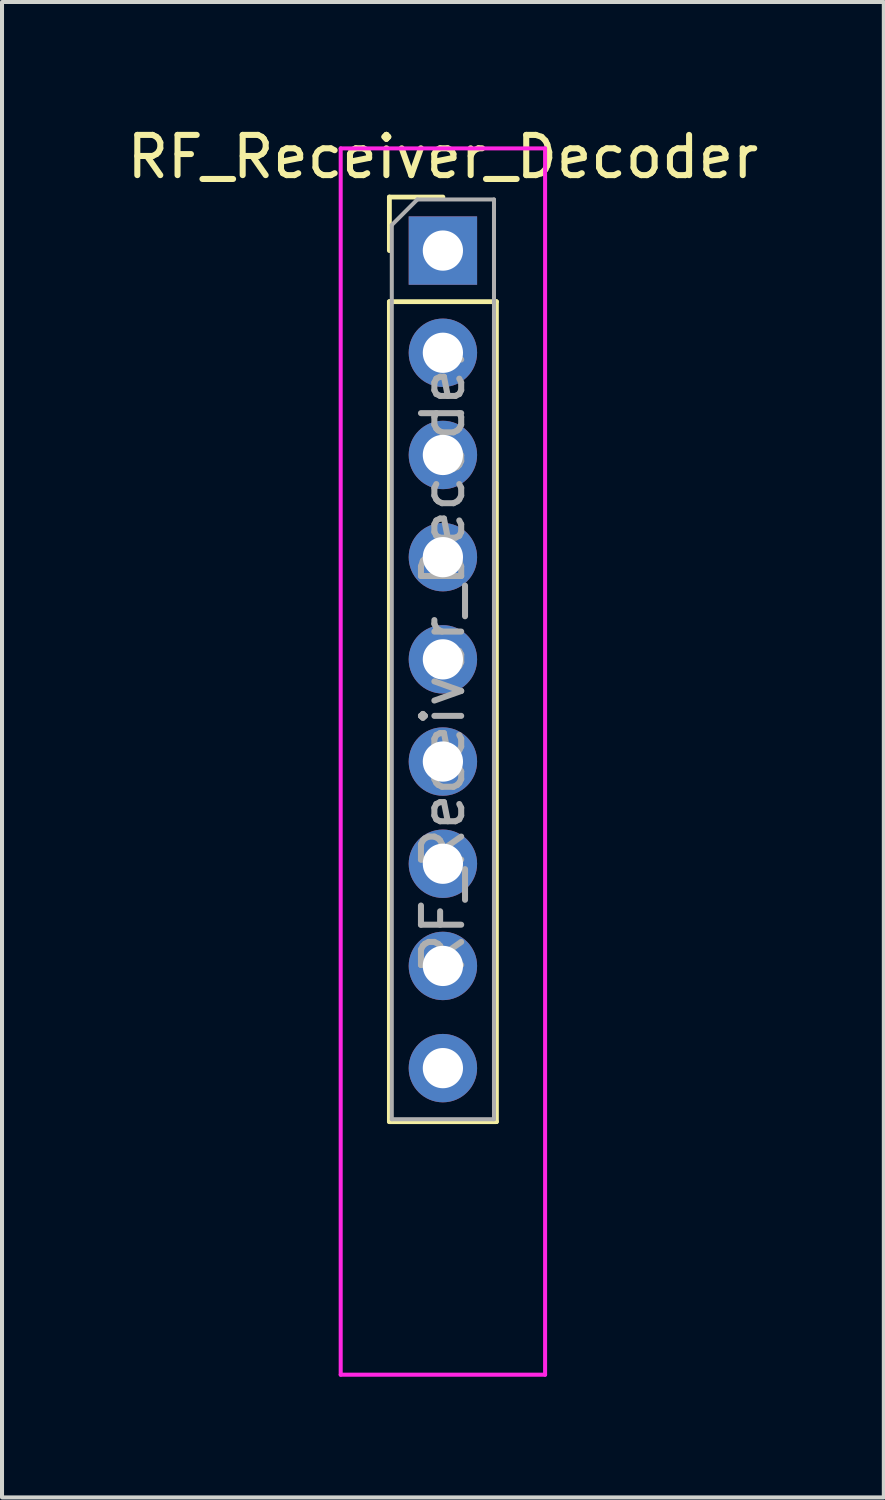
<source format=kicad_pcb>
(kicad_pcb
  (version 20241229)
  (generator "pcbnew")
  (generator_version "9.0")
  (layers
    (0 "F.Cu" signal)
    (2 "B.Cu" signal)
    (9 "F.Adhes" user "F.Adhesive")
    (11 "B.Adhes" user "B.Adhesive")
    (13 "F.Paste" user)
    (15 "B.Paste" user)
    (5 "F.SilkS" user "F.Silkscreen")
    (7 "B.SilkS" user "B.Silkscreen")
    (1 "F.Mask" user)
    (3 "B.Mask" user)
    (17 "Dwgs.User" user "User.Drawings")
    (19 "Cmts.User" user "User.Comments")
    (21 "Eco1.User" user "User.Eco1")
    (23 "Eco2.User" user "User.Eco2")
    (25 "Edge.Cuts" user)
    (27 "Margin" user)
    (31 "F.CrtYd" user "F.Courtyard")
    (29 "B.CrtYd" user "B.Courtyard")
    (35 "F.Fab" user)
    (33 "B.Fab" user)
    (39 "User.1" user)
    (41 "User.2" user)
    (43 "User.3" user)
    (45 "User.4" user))
  (footprint "RF_Receiver_Decoder"
    (layer "F.Cu")
    (at 7.958 3.178)
    (property "Reference" "RF_Receiver_Decoder" (at 0 -2.33 0) (layer "F.SilkS") (effects (font (size 1 1) (thickness 0.15))))
    (attr through_hole)
    (fp_line (start -1.33 -1.33) (end 0 -1.33) (stroke (width 0.12) (type solid)) (layer "F.SilkS"))
    (fp_line (start -1.33 0) (end -1.33 -1.33) (stroke (width 0.12) (type solid)) (layer "F.SilkS"))
    (fp_line (start -1.33 1.27) (end -1.33 21.65) (stroke (width 0.12) (type solid)) (layer "F.SilkS"))
    (fp_line (start -1.33 1.27) (end 1.33 1.27) (stroke (width 0.12) (type solid)) (layer "F.SilkS"))
    (fp_line (start -1.33 21.65) (end 1.33 21.65) (stroke (width 0.12) (type solid)) (layer "F.SilkS"))
    (fp_line (start 1.33 1.27) (end 1.33 21.65) (stroke (width 0.12) (type solid)) (layer "F.SilkS"))
    (fp_line (start -2.54 -2.54) (end 2.54 -2.54) (stroke (width 0.1) (type solid)) (layer "F.CrtYd"))
    (fp_line (start -2.54 27.94) (end -2.54 -2.54) (stroke (width 0.1) (type solid)) (layer "F.CrtYd"))
    (fp_line (start 2.54 -2.54) (end 2.54 27.94) (stroke (width 0.1) (type solid)) (layer "F.CrtYd"))
    (fp_line (start 2.54 27.94) (end -2.54 27.94) (stroke (width 0.1) (type solid)) (layer "F.CrtYd"))
    (fp_line (start -1.27 -0.635) (end -0.635 -1.27) (stroke (width 0.1) (type solid)) (layer "F.Fab"))
    (fp_line (start -1.27 21.59) (end -1.27 -0.635) (stroke (width 0.1) (type solid)) (layer "F.Fab"))
    (fp_line (start -0.635 -1.27) (end 1.27 -1.27) (stroke (width 0.1) (type solid)) (layer "F.Fab"))
    (fp_line (start 1.27 -1.27) (end 1.27 21.59) (stroke (width 0.1) (type solid)) (layer "F.Fab"))
    (fp_line (start 1.27 21.59) (end -1.27 21.59) (stroke (width 0.1) (type solid)) (layer "F.Fab"))
    (fp_text user "${REFERENCE}" (at 0 10.16 90) (layer "F.Fab") (effects (font (size 1 1) (thickness 0.15))))
    (pad "1" thru_hole rect (at 0 0) (size 1.7 1.7) (drill 1) (layers "*.Cu" "*.Mask"))
    (pad "2" thru_hole oval (at 0 2.54) (size 1.7 1.7) (drill 1) (layers "*.Cu" "*.Mask"))
    (pad "3" thru_hole oval (at 0 5.08) (size 1.7 1.7) (drill 1) (layers "*.Cu" "*.Mask"))
    (pad "4" thru_hole oval (at 0 7.62) (size 1.7 1.7) (drill 1) (layers "*.Cu" "*.Mask"))
    (pad "5" thru_hole oval (at 0 10.16) (size 1.7 1.7) (drill 1) (layers "*.Cu" "*.Mask"))
    (pad "6" thru_hole oval (at 0 12.7) (size 1.7 1.7) (drill 1) (layers "*.Cu" "*.Mask"))
    (pad "7" thru_hole oval (at 0 15.24) (size 1.7 1.7) (drill 1) (layers "*.Cu" "*.Mask"))
    (pad "8" thru_hole oval (at 0 17.78) (size 1.7 1.7) (drill 1) (layers "*.Cu" "*.Mask"))
    (pad "9" thru_hole oval (at 0 20.32) (size 1.7 1.7) (drill 1) (layers "*.Cu" "*.Mask")))
  (gr_rect
    (start -3 -3)
    (end 18.917 34.168)
    (stroke (width 0.1) (type default))
    (fill no)
    (layer "Edge.Cuts")))
</source>
